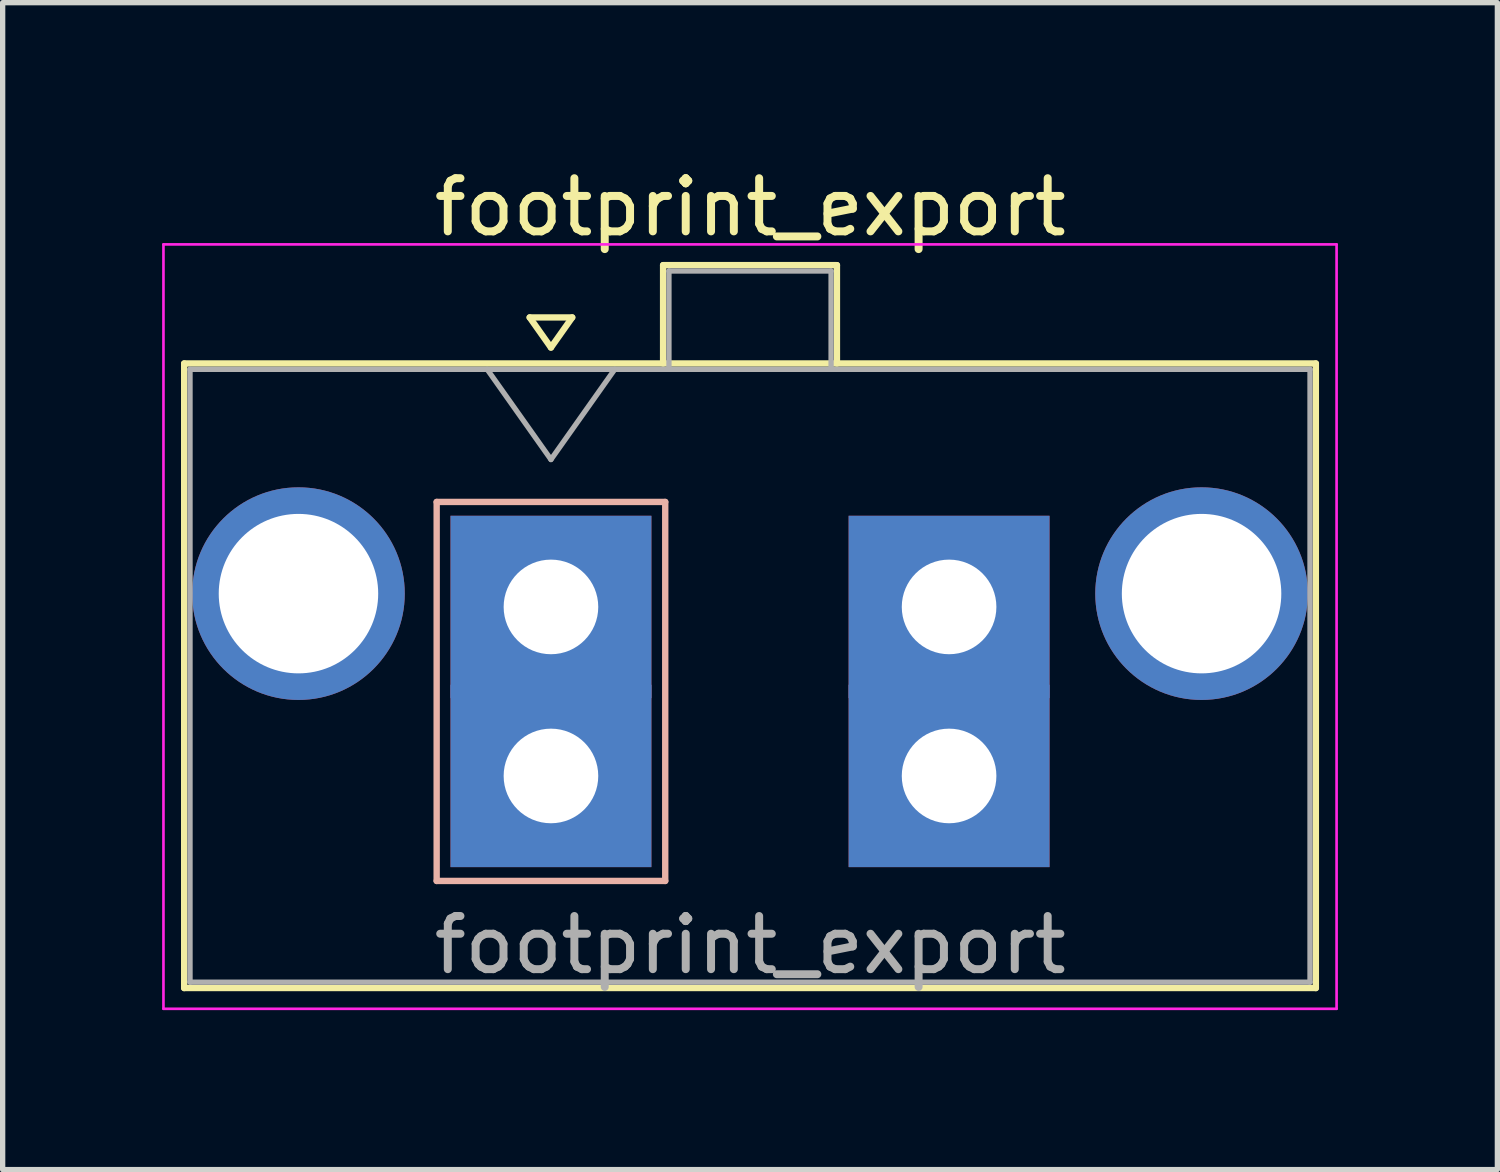
<source format=kicad_pcb>
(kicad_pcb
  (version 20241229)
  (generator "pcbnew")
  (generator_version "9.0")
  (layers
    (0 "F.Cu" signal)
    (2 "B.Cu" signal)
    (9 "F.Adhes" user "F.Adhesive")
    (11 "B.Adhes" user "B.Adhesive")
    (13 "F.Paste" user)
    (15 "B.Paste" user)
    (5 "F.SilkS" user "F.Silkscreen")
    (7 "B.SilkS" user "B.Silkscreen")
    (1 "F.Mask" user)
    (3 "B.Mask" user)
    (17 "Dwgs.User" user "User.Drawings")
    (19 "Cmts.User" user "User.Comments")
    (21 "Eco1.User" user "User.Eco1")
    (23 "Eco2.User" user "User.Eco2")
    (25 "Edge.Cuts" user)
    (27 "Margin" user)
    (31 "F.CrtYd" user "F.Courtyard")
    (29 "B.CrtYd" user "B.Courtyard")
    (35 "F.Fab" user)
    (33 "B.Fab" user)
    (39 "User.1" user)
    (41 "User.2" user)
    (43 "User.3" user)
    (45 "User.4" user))
  (footprint "footprint_export"
    (layer "F.Cu")
    (at 7.315 11.548)
    (property "Reference" "footprint_export" (at 3.75 -10.7 0) (layer "F.SilkS") (effects (font (size 1 1) (thickness 0.15))))
    (attr through_hole)
    (fp_line (start -6.9 -7.76) (end -6.9 3.99) (stroke (width 0.12) (type solid)) (layer "F.SilkS"))
    (fp_line (start -6.9 3.99) (end 14.39 3.99) (stroke (width 0.12) (type solid)) (layer "F.SilkS"))
    (fp_line (start -0.4 -8.626) (end 0 -8.06) (stroke (width 0.12) (type solid)) (layer "F.SilkS"))
    (fp_line (start 0 -8.06) (end 0.4 -8.626) (stroke (width 0.12) (type solid)) (layer "F.SilkS"))
    (fp_line (start 0.4 -8.626) (end -0.4 -8.626) (stroke (width 0.12) (type solid)) (layer "F.SilkS"))
    (fp_line (start 2.11 -9.61) (end 5.38 -9.61) (stroke (width 0.12) (type solid)) (layer "F.SilkS"))
    (fp_line (start 2.11 -7.76) (end 2.11 -9.61) (stroke (width 0.12) (type solid)) (layer "F.SilkS"))
    (fp_line (start 5.38 -9.61) (end 5.38 -7.76) (stroke (width 0.12) (type solid)) (layer "F.SilkS"))
    (fp_line (start 14.39 -7.76) (end -6.9 -7.76) (stroke (width 0.12) (type solid)) (layer "F.SilkS"))
    (fp_line (start 14.39 3.99) (end 14.39 -7.76) (stroke (width 0.12) (type solid)) (layer "F.SilkS"))
    (fp_line (start -2.15 -5.155) (end -2.15 1.975) (stroke (width 0.12) (type solid)) (layer "B.SilkS"))
    (fp_line (start -2.15 1.975) (end 2.15 1.975) (stroke (width 0.12) (type solid)) (layer "B.SilkS"))
    (fp_line (start 2.15 -5.155) (end -2.15 -5.155) (stroke (width 0.12) (type solid)) (layer "B.SilkS"))
    (fp_line (start 2.15 1.975) (end 2.15 -5.155) (stroke (width 0.12) (type solid)) (layer "B.SilkS"))
    (fp_line (start -7.29 -10) (end -7.29 4.38) (stroke (width 0.05) (type solid)) (layer "F.CrtYd"))
    (fp_line (start -7.29 4.38) (end 14.78 4.38) (stroke (width 0.05) (type solid)) (layer "F.CrtYd"))
    (fp_line (start 14.78 -10) (end -7.29 -10) (stroke (width 0.05) (type solid)) (layer "F.CrtYd"))
    (fp_line (start 14.78 4.38) (end 14.78 -10) (stroke (width 0.05) (type solid)) (layer "F.CrtYd"))
    (fp_line (start -6.79 -7.65) (end -6.79 3.88) (stroke (width 0.1) (type solid)) (layer "F.Fab"))
    (fp_line (start -6.79 3.88) (end 14.28 3.88) (stroke (width 0.1) (type solid)) (layer "F.Fab"))
    (fp_line (start -1.2 -7.65) (end 0 -5.953) (stroke (width 0.1) (type solid)) (layer "F.Fab"))
    (fp_line (start 0 -5.953) (end 1.2 -7.65) (stroke (width 0.1) (type solid)) (layer "F.Fab"))
    (fp_line (start 2.22 -9.5) (end 5.27 -9.5) (stroke (width 0.1) (type solid)) (layer "F.Fab"))
    (fp_line (start 2.22 -7.65) (end 2.22 -9.5) (stroke (width 0.1) (type solid)) (layer "F.Fab"))
    (fp_line (start 5.27 -9.5) (end 5.27 -7.65) (stroke (width 0.1) (type solid)) (layer "F.Fab"))
    (fp_line (start 14.28 -7.65) (end -6.79 -7.65) (stroke (width 0.1) (type solid)) (layer "F.Fab"))
    (fp_line (start 14.28 3.88) (end 14.28 -7.65) (stroke (width 0.1) (type solid)) (layer "F.Fab"))
    (fp_text user "${REFERENCE}" (at 3.75 3.18 0) (layer "F.Fab") (effects (font (size 1 1) (thickness 0.15))))
    (pad "" thru_hole circle (at -4.75 -3.43) (size 4 4) (drill 3) (layers "*.Cu" "*.Mask"))
    (pad "" thru_hole circle (at 12.24 -3.43) (size 4 4) (drill 3) (layers "*.Cu" "*.Mask"))
    (pad "1" thru_hole rect (at 0 -3.18) (size 3.78 3.43) (drill 1.78) (layers "*.Cu" "*.Mask"))
    (pad "1" thru_hole rect (at 0 0) (size 3.78 3.43) (drill 1.78) (layers "*.Cu" "*.Mask"))
    (pad "2" thru_hole rect (at 7.49 -3.18) (size 3.78 3.43) (drill 1.78) (layers "*.Cu" "*.Mask"))
    (pad "2" thru_hole rect (at 7.49 0) (size 3.78 3.43) (drill 1.78) (layers "*.Cu" "*.Mask")))
  (gr_rect
    (start -3 -3)
    (end 25.12 18.953)
    (stroke (width 0.1) (type default))
    (fill no)
    (layer "Edge.Cuts")))
</source>
